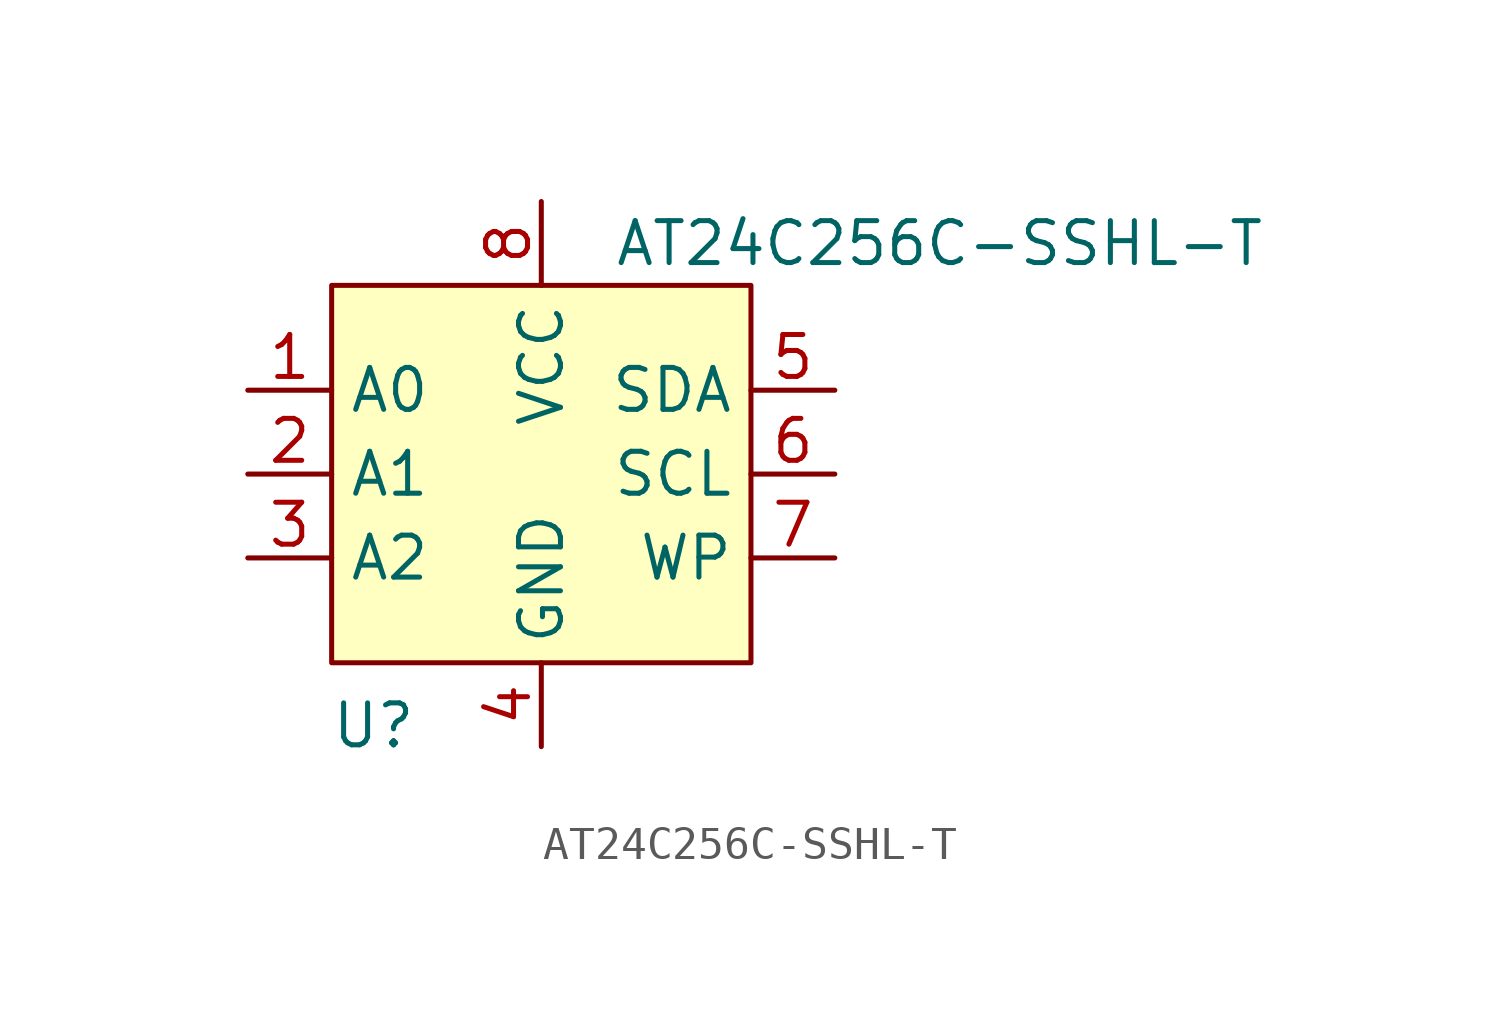
<source format=kicad_sym>
(kicad_symbol_lib
  (version 20211014)
  (generator kicad_symbol_editor)
  (symbol "AT24C256C-SSHL-T"
    (property "Reference" "U"
      (at -5.08 -7.62 0)
      (effects (font (size 1.27 1.27))))
    (property "Value" "AT24C256C-SSHL-T"
      (at 12.065 6.985 0)
      (effects (font (size 1.27 1.27))))
    (symbol "AT24C256C-SSHL-T_0_1"
      (rectangle (start -6.35 5.715) (end 6.35 -5.715) (stroke (width 0.152) (type default) (color 0 0 0 0)) (fill (type background))))
    (symbol "AT24C256C-SSHL-T_1_1"
      (pin input line (at -8.89 2.54 0) (length 2.54) (name "A0" (effects (font (size 1.27 1.27)))) (number "1" (effects (font (size 1.27 1.27)))))
      (pin input line (at -8.89 0 0) (length 2.54) (name "A1" (effects (font (size 1.27 1.27)))) (number "2" (effects (font (size 1.27 1.27)))))
      (pin input line (at -8.89 -2.54 0) (length 2.54) (name "A2" (effects (font (size 1.27 1.27)))) (number "3" (effects (font (size 1.27 1.27)))))
      (pin input line (at 0 -8.255 90) (length 2.54) (name "GND" (effects (font (size 1.27 1.27)))) (number "4" (effects (font (size 1.27 1.27)))))
      (pin input line (at 8.89 2.54 180) (length 2.54) (name "SDA" (effects (font (size 1.27 1.27)))) (number "5" (effects (font (size 1.27 1.27)))))
      (pin input line (at 8.89 0 180) (length 2.54) (name "SCL" (effects (font (size 1.27 1.27)))) (number "6" (effects (font (size 1.27 1.27)))))
      (pin input line (at 8.89 -2.54 180) (length 2.54) (name "WP" (effects (font (size 1.27 1.27)))) (number "7" (effects (font (size 1.27 1.27)))))
      (pin input line (at 0 8.255 270) (length 2.54) (name "VCC" (effects (font (size 1.27 1.27)))) (number "8" (effects (font (size 1.27 1.27))))))))
</source>
